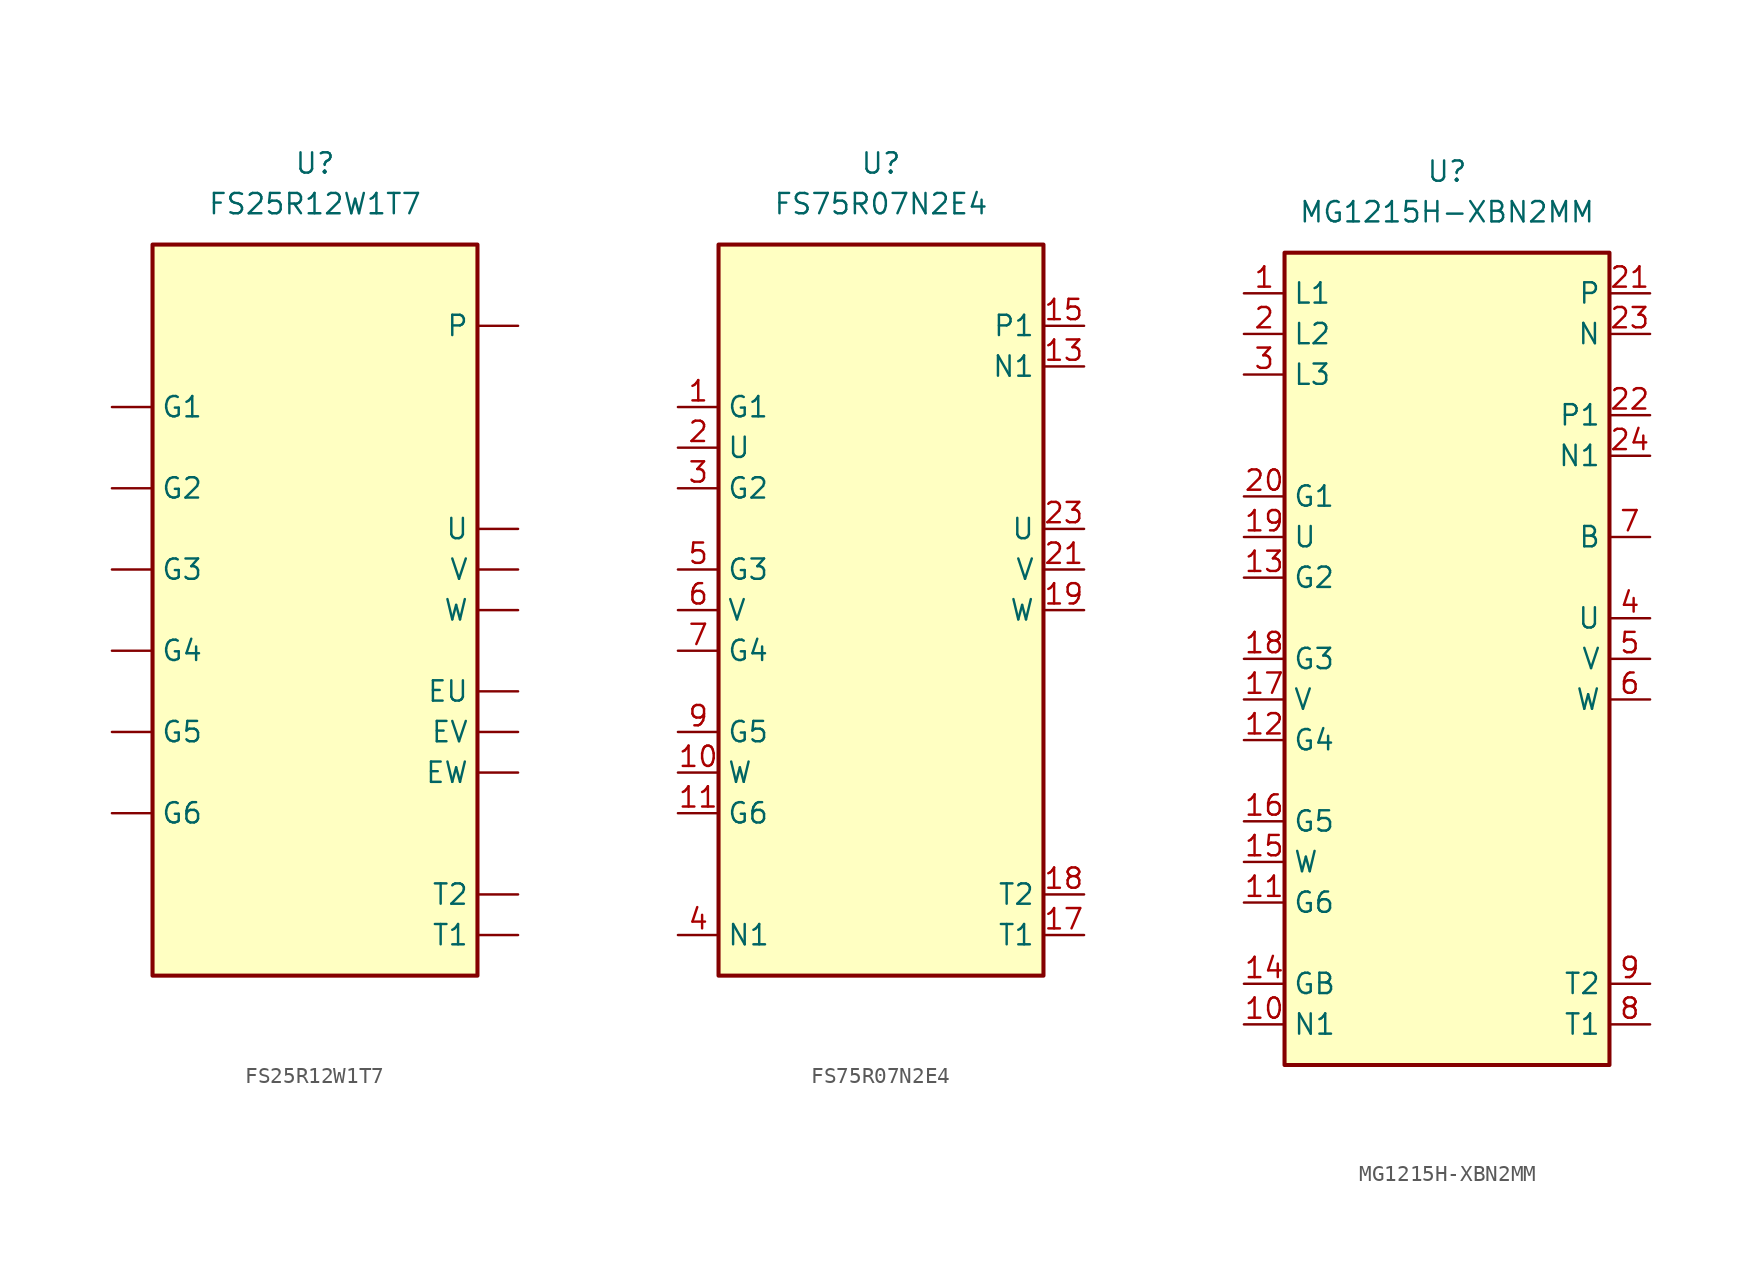
<source format=kicad_sym>
(kicad_symbol_lib
  (version 20241209)
  (generator "kicad_symbol_editor")
  (generator_version "9.0")
  (symbol "FS25R12W1T7"
    (pin_numbers
      (hide yes))
    (property "Reference" "U"
      (at 0 25.4 0)
      (effects (font (size 1.27 1.27))))
    (property "Value" "FS25R12W1T7"
      (at 0 22.86 0)
      (effects (font (size 1.27 1.27))))
    (symbol "FS25R12W1T7_1_0"
      (rectangle (start -10.16 20.32) (end 10.16 -25.4) (stroke (width 0.254) (type default)) (fill (type background)))
      (pin passive line (at -12.7 10.16 0) (length 2.54) (name "G1" (effects (font (size 1.27 1.27)))) (number "G1" (effects (font (size 1.27 1.27)))))
      (pin passive line (at -12.7 5.08 0) (length 2.54) (name "G2" (effects (font (size 1.27 1.27)))) (number "G2" (effects (font (size 1.27 1.27)))))
      (pin passive line (at -12.7 0 0) (length 2.54) (name "G3" (effects (font (size 1.27 1.27)))) (number "G3" (effects (font (size 1.27 1.27)))))
      (pin passive line (at -12.7 -5.08 0) (length 2.54) (name "G4" (effects (font (size 1.27 1.27)))) (number "G4" (effects (font (size 1.27 1.27)))))
      (pin passive line (at -12.7 -10.16 0) (length 2.54) (name "G5" (effects (font (size 1.27 1.27)))) (number "G5" (effects (font (size 1.27 1.27)))))
      (pin passive line (at -12.7 -15.24 0) (length 2.54) (name "G6" (effects (font (size 1.27 1.27)))) (number "G6" (effects (font (size 1.27 1.27)))))
      (pin passive line (at 12.7 15.24 180) (length 2.54) (name "P" (effects (font (size 1.27 1.27)))) (number "P" (effects (font (size 1.27 1.27)))))
      (pin passive line (at 12.7 2.54 180) (length 2.54) (name "U" (effects (font (size 1.27 1.27)))) (number "U" (effects (font (size 1.27 1.27)))))
      (pin passive line (at 12.7 0 180) (length 2.54) (name "V" (effects (font (size 1.27 1.27)))) (number "V" (effects (font (size 1.27 1.27)))))
      (pin passive line (at 12.7 -2.54 180) (length 2.54) (name "W" (effects (font (size 1.27 1.27)))) (number "W" (effects (font (size 1.27 1.27)))))
      (pin passive line (at 12.7 -7.62 180) (length 2.54) (name "EU" (effects (font (size 1.27 1.27)))) (number "EU" (effects (font (size 1.27 1.27)))))
      (pin passive line (at 12.7 -10.16 180) (length 2.54) (name "EV" (effects (font (size 1.27 1.27)))) (number "EV" (effects (font (size 1.27 1.27)))))
      (pin passive line (at 12.7 -12.7 180) (length 2.54) (name "EW" (effects (font (size 1.27 1.27)))) (number "EW" (effects (font (size 1.27 1.27)))))
      (pin passive line (at 12.7 -20.32 180) (length 2.54) (name "T2" (effects (font (size 1.27 1.27)))) (number "T2" (effects (font (size 1.27 1.27)))))
      (pin passive line (at 12.7 -22.86 180) (length 2.54) (name "T1" (effects (font (size 1.27 1.27)))) (number "T1" (effects (font (size 1.27 1.27)))))))
  (symbol "FS75R07N2E4"
    (property "Reference" "U"
      (at 0 25.4 0)
      (effects (font (size 1.27 1.27))))
    (property "Value" "FS75R07N2E4"
      (at 0 22.86 0)
      (effects (font (size 1.27 1.27))))
    (symbol "FS75R07N2E4_0_0"
      (pin passive line (at 12.7 15.24 180) (length 2.54) (name "P1" (effects (font (size 1.27 1.27)))) (number "15" (effects (font (size 1.27 1.27)))))
      (pin passive line (at 12.7 15.24 180) (length 2.54) (hide yes) (name "P1" (effects (font (size 1.27 1.27)))) (number "16" (effects (font (size 1.27 1.27)))))
      (pin passive line (at 12.7 15.24 180) (length 2.54) (hide yes) (name "P1" (effects (font (size 1.27 1.27)))) (number "25" (effects (font (size 1.27 1.27)))))
      (pin passive line (at 12.7 15.24 180) (length 2.54) (hide yes) (name "P1" (effects (font (size 1.27 1.27)))) (number "26" (effects (font (size 1.27 1.27)))))
      (pin passive line (at 12.7 12.7 180) (length 2.54) (name "N1" (effects (font (size 1.27 1.27)))) (number "13" (effects (font (size 1.27 1.27)))))
      (pin passive line (at 12.7 12.7 180) (length 2.54) (hide yes) (name "N1" (effects (font (size 1.27 1.27)))) (number "14" (effects (font (size 1.27 1.27)))))
      (pin passive line (at 12.7 12.7 180) (length 2.54) (hide yes) (name "N1" (effects (font (size 1.27 1.27)))) (number "27" (effects (font (size 1.27 1.27)))))
      (pin passive line (at 12.7 12.7 180) (length 2.54) (hide yes) (name "N1" (effects (font (size 1.27 1.27)))) (number "28" (effects (font (size 1.27 1.27)))))
      (pin passive line (at 12.7 2.54 180) (length 2.54) (name "U" (effects (font (size 1.27 1.27)))) (number "23" (effects (font (size 1.27 1.27)))))
      (pin passive line (at 12.7 2.54 180) (length 2.54) (hide yes) (name "U" (effects (font (size 1.27 1.27)))) (number "24" (effects (font (size 1.27 1.27)))))
      (pin passive line (at 12.7 0 180) (length 2.54) (name "V" (effects (font (size 1.27 1.27)))) (number "21" (effects (font (size 1.27 1.27)))))
      (pin passive line (at 12.7 0 180) (length 2.54) (hide yes) (name "V" (effects (font (size 1.27 1.27)))) (number "22" (effects (font (size 1.27 1.27)))))
      (pin passive line (at 12.7 -2.54 180) (length 2.54) (name "W" (effects (font (size 1.27 1.27)))) (number "19" (effects (font (size 1.27 1.27)))))
      (pin passive line (at 12.7 -2.54 180) (length 2.54) (hide yes) (name "W" (effects (font (size 1.27 1.27)))) (number "20" (effects (font (size 1.27 1.27)))))
      (pin passive line (at 12.7 -20.32 180) (length 2.54) (name "T2" (effects (font (size 1.27 1.27)))) (number "18" (effects (font (size 1.27 1.27)))))
      (pin passive line (at 12.7 -22.86 180) (length 2.54) (name "T1" (effects (font (size 1.27 1.27)))) (number "17" (effects (font (size 1.27 1.27))))))
    (symbol "FS75R07N2E4_1_1"
      (rectangle (start -10.16 20.32) (end 10.16 -25.4) (stroke (width 0.254) (type default)) (fill (type background)))
      (pin passive line (at -12.7 10.16 0) (length 2.54) (name "G1" (effects (font (size 1.27 1.27)))) (number "1" (effects (font (size 1.27 1.27)))))
      (pin passive line (at -12.7 7.62 0) (length 2.54) (name "U" (effects (font (size 1.27 1.27)))) (number "2" (effects (font (size 1.27 1.27)))))
      (pin passive line (at -12.7 5.08 0) (length 2.54) (name "G2" (effects (font (size 1.27 1.27)))) (number "3" (effects (font (size 1.27 1.27)))))
      (pin passive line (at -12.7 0 0) (length 2.54) (name "G3" (effects (font (size 1.27 1.27)))) (number "5" (effects (font (size 1.27 1.27)))))
      (pin passive line (at -12.7 -2.54 0) (length 2.54) (name "V" (effects (font (size 1.27 1.27)))) (number "6" (effects (font (size 1.27 1.27)))))
      (pin passive line (at -12.7 -5.08 0) (length 2.54) (name "G4" (effects (font (size 1.27 1.27)))) (number "7" (effects (font (size 1.27 1.27)))))
      (pin passive line (at -12.7 -10.16 0) (length 2.54) (name "G5" (effects (font (size 1.27 1.27)))) (number "9" (effects (font (size 1.27 1.27)))))
      (pin passive line (at -12.7 -12.7 0) (length 2.54) (name "W" (effects (font (size 1.27 1.27)))) (number "10" (effects (font (size 1.27 1.27)))))
      (pin passive line (at -12.7 -15.24 0) (length 2.54) (name "G6" (effects (font (size 1.27 1.27)))) (number "11" (effects (font (size 1.27 1.27)))))
      (pin passive line (at -12.7 -22.86 0) (length 2.54) (hide yes) (name "N1" (effects (font (size 1.27 1.27)))) (number "12" (effects (font (size 1.27 1.27)))))
      (pin passive line (at -12.7 -22.86 0) (length 2.54) (name "N1" (effects (font (size 1.27 1.27)))) (number "4" (effects (font (size 1.27 1.27)))))
      (pin passive line (at -12.7 -22.86 0) (length 2.54) (hide yes) (name "N1" (effects (font (size 1.27 1.27)))) (number "8" (effects (font (size 1.27 1.27)))))))
  (symbol "MG1215H-XBN2MM"
    (property "Reference" "U"
      (at 0 30.48 0)
      (effects (font (size 1.27 1.27))))
    (property "Value" "MG1215H-XBN2MM"
      (at 0 27.94 0)
      (effects (font (size 1.27 1.27))))
    (symbol "MG1215H-XBN2MM_1_1"
      (rectangle (start -10.16 25.4) (end 10.16 -25.4) (stroke (width 0.254) (type default)) (fill (type background)))
      (pin passive line (at -12.7 22.86 0) (length 2.54) (name "L1" (effects (font (size 1.27 1.27)))) (number "1" (effects (font (size 1.27 1.27)))))
      (pin passive line (at -12.7 20.32 0) (length 2.54) (name "L2" (effects (font (size 1.27 1.27)))) (number "2" (effects (font (size 1.27 1.27)))))
      (pin passive line (at -12.7 17.78 0) (length 2.54) (name "L3" (effects (font (size 1.27 1.27)))) (number "3" (effects (font (size 1.27 1.27)))))
      (pin passive line (at -12.7 10.16 0) (length 2.54) (name "G1" (effects (font (size 1.27 1.27)))) (number "20" (effects (font (size 1.27 1.27)))))
      (pin passive line (at -12.7 7.62 0) (length 2.54) (name "U" (effects (font (size 1.27 1.27)))) (number "19" (effects (font (size 1.27 1.27)))))
      (pin passive line (at -12.7 5.08 0) (length 2.54) (name "G2" (effects (font (size 1.27 1.27)))) (number "13" (effects (font (size 1.27 1.27)))))
      (pin passive line (at -12.7 0 0) (length 2.54) (name "G3" (effects (font (size 1.27 1.27)))) (number "18" (effects (font (size 1.27 1.27)))))
      (pin passive line (at -12.7 -2.54 0) (length 2.54) (name "V" (effects (font (size 1.27 1.27)))) (number "17" (effects (font (size 1.27 1.27)))))
      (pin passive line (at -12.7 -5.08 0) (length 2.54) (name "G4" (effects (font (size 1.27 1.27)))) (number "12" (effects (font (size 1.27 1.27)))))
      (pin passive line (at -12.7 -10.16 0) (length 2.54) (name "G5" (effects (font (size 1.27 1.27)))) (number "16" (effects (font (size 1.27 1.27)))))
      (pin passive line (at -12.7 -12.7 0) (length 2.54) (name "W" (effects (font (size 1.27 1.27)))) (number "15" (effects (font (size 1.27 1.27)))))
      (pin passive line (at -12.7 -15.24 0) (length 2.54) (name "G6" (effects (font (size 1.27 1.27)))) (number "11" (effects (font (size 1.27 1.27)))))
      (pin passive line (at -12.7 -20.32 0) (length 2.54) (name "GB" (effects (font (size 1.27 1.27)))) (number "14" (effects (font (size 1.27 1.27)))))
      (pin passive line (at -12.7 -22.86 0) (length 2.54) (name "N1" (effects (font (size 1.27 1.27)))) (number "10" (effects (font (size 1.27 1.27)))))
      (pin passive line (at 12.7 22.86 180) (length 2.54) (name "P" (effects (font (size 1.27 1.27)))) (number "21" (effects (font (size 1.27 1.27)))))
      (pin passive line (at 12.7 20.32 180) (length 2.54) (name "N" (effects (font (size 1.27 1.27)))) (number "23" (effects (font (size 1.27 1.27)))))
      (pin passive line (at 12.7 15.24 180) (length 2.54) (name "P1" (effects (font (size 1.27 1.27)))) (number "22" (effects (font (size 1.27 1.27)))))
      (pin passive line (at 12.7 12.7 180) (length 2.54) (name "N1" (effects (font (size 1.27 1.27)))) (number "24" (effects (font (size 1.27 1.27)))))
      (pin passive line (at 12.7 7.62 180) (length 2.54) (name "B" (effects (font (size 1.27 1.27)))) (number "7" (effects (font (size 1.27 1.27)))))
      (pin passive line (at 12.7 2.54 180) (length 2.54) (name "U" (effects (font (size 1.27 1.27)))) (number "4" (effects (font (size 1.27 1.27)))))
      (pin passive line (at 12.7 0 180) (length 2.54) (name "V" (effects (font (size 1.27 1.27)))) (number "5" (effects (font (size 1.27 1.27)))))
      (pin passive line (at 12.7 -2.54 180) (length 2.54) (name "W" (effects (font (size 1.27 1.27)))) (number "6" (effects (font (size 1.27 1.27)))))
      (pin passive line (at 12.7 -20.32 180) (length 2.54) (name "T2" (effects (font (size 1.27 1.27)))) (number "9" (effects (font (size 1.27 1.27)))))
      (pin passive line (at 12.7 -22.86 180) (length 2.54) (name "T1" (effects (font (size 1.27 1.27)))) (number "8" (effects (font (size 1.27 1.27))))))))
</source>
